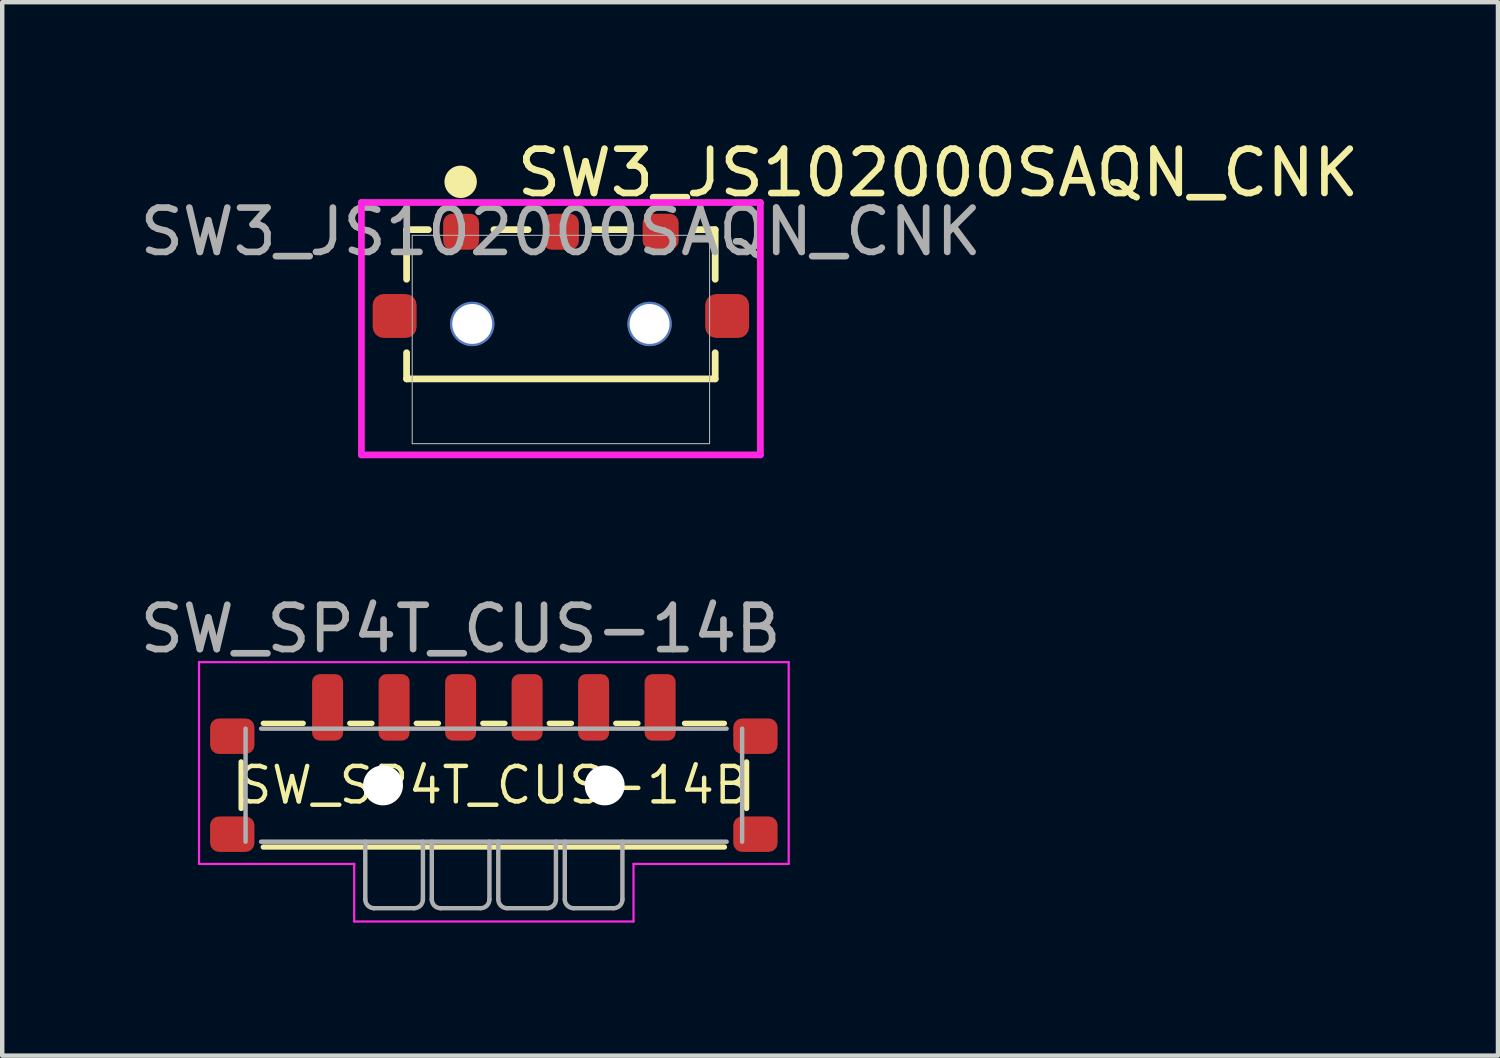
<source format=kicad_pcb>
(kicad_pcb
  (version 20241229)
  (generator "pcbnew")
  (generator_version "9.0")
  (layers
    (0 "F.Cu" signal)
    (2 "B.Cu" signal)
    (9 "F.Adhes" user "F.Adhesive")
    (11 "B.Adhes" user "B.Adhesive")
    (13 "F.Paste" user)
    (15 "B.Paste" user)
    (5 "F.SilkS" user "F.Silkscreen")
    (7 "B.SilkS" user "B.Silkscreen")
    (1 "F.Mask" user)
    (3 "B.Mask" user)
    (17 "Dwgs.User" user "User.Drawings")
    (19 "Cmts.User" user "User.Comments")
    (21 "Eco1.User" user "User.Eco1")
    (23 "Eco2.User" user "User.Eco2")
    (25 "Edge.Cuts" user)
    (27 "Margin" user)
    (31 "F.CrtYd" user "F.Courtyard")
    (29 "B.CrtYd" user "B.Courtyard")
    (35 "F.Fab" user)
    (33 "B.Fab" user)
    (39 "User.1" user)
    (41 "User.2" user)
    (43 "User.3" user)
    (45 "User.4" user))
  (footprint "SW3_JS102000SAQN_CNK"
    (layer "F.Cu")
    (at 9.601 4.607)
    (property "Reference" "SW3_JS102000SAQN_CNK" (at -1.067 -3.759 0) (unlocked yes) (layer "F.SilkS") (effects (font (size 1 1) (thickness 0.15)) (justify left)))
    (attr smd)
    (fp_line (start -3.48 -2.477) (end -3.48 -1.358) (stroke (width 0.152) (type solid)) (layer "F.SilkS"))
    (fp_line (start -3.48 0.299) (end -3.48 0.889) (stroke (width 0.152) (type solid)) (layer "F.SilkS"))
    (fp_line (start -3.48 0.889) (end 3.48 0.889) (stroke (width 0.152) (type solid)) (layer "F.SilkS"))
    (fp_line (start -2.989 -2.477) (end -3.48 -2.477) (stroke (width 0.152) (type solid)) (layer "F.SilkS"))
    (fp_line (start -0.739 -2.477) (end -1.511 -2.477) (stroke (width 0.152) (type solid)) (layer "F.SilkS"))
    (fp_line (start 1.511 -2.477) (end 0.739 -2.477) (stroke (width 0.152) (type solid)) (layer "F.SilkS"))
    (fp_line (start 3.48 -2.477) (end 2.989 -2.477) (stroke (width 0.152) (type solid)) (layer "F.SilkS"))
    (fp_line (start 3.48 -1.358) (end 3.48 -2.477) (stroke (width 0.152) (type solid)) (layer "F.SilkS"))
    (fp_line (start 3.48 0.889) (end 3.48 0.299) (stroke (width 0.152) (type solid)) (layer "F.SilkS"))
    (fp_circle (center -2.261 -3.556) (end -1.956 -3.556) (stroke (width 0.12) (type solid)) (fill yes) (layer "F.SilkS"))
    (fp_line (start -4.499 -3.09) (end -4.499 2.603) (stroke (width 0.152) (type solid)) (layer "F.CrtYd"))
    (fp_line (start -4.499 2.603) (end 4.499 2.603) (stroke (width 0.152) (type solid)) (layer "F.CrtYd"))
    (fp_line (start 4.499 -3.09) (end -4.499 -3.09) (stroke (width 0.152) (type solid)) (layer "F.CrtYd"))
    (fp_line (start 4.499 2.603) (end 4.499 -3.09) (stroke (width 0.152) (type solid)) (layer "F.CrtYd"))
    (fp_line (start -3.353 -2.349) (end -3.353 2.349) (stroke (width 0.025) (type solid)) (layer "F.Fab"))
    (fp_line (start -3.353 2.349) (end 3.353 2.349) (stroke (width 0.025) (type solid)) (layer "F.Fab"))
    (fp_line (start 3.353 -2.349) (end -3.353 -2.349) (stroke (width 0.025) (type solid)) (layer "F.Fab"))
    (fp_line (start 3.353 2.349) (end 3.353 -2.349) (stroke (width 0.025) (type solid)) (layer "F.Fab"))
    (fp_text user "${REFERENCE}" (at 0 -2.43 0) (unlocked yes) (layer "F.Fab") (effects (font (size 1 1) (thickness 0.15))))
    (pad "1" smd roundrect (at -2.25 -2.43) (size 0.813 0.813) (layers "F.Cu" "F.Mask" "F.Paste") (roundrect_rratio 0.25))
    (pad "2" smd roundrect (at 0 -2.43) (size 0.813 0.813) (layers "F.Cu" "F.Mask" "F.Paste") (roundrect_rratio 0.25))
    (pad "3" smd roundrect (at 2.25 -2.43) (size 0.813 0.813) (layers "F.Cu" "F.Mask" "F.Paste") (roundrect_rratio 0.25))
    (pad "S" smd roundrect (at -3.75 -0.53 90) (size 0.991 0.991) (layers "F.Cu" "F.Mask" "F.Paste") (roundrect_rratio 0.25))
    (pad "S" thru_hole circle (at -2 -0.35 90) (size 1 1) (drill 0.9) (layers "*.Cu" "*.Mask"))
    (pad "S" thru_hole circle (at 2 -0.35 90) (size 1 1) (drill 0.9) (layers "*.Cu" "*.Mask"))
    (pad "S" smd roundrect (at 3.75 -0.53 90) (size 0.991 0.991) (layers "F.Cu" "F.Mask" "F.Paste") (roundrect_rratio 0.25)))
  (footprint "SW_SP4T_CUS-14B"
    (layer "F.Cu")
    (at 8.089 14.66)
    (property "Reference" "SW_SP4T_CUS-14B" (at 0 0 0) (unlocked yes) (layer "F.SilkS") (effects (font (size 0.8 0.8) (thickness 0.1))))
    (attr smd)
    (fp_line (start -5.7 -0.525) (end -5.7 0.525) (stroke (width 0.12) (type solid)) (layer "F.SilkS"))
    (fp_line (start -5.2 -1.395) (end -4.3 -1.395) (stroke (width 0.12) (type solid)) (layer "F.SilkS"))
    (fp_line (start -5.2 1.395) (end 5.2 1.395) (stroke (width 0.12) (type solid)) (layer "F.SilkS"))
    (fp_line (start -3.25 -1.395) (end -2.75 -1.395) (stroke (width 0.12) (type solid)) (layer "F.SilkS"))
    (fp_line (start -1.75 -1.395) (end -1.25 -1.395) (stroke (width 0.12) (type solid)) (layer "F.SilkS"))
    (fp_line (start -0.25 -1.395) (end 0.25 -1.395) (stroke (width 0.12) (type solid)) (layer "F.SilkS"))
    (fp_line (start 1.25 -1.395) (end 1.75 -1.395) (stroke (width 0.12) (type solid)) (layer "F.SilkS"))
    (fp_line (start 2.75 -1.395) (end 3.25 -1.395) (stroke (width 0.12) (type solid)) (layer "F.SilkS"))
    (fp_line (start 4.3 -1.395) (end 5.2 -1.395) (stroke (width 0.12) (type solid)) (layer "F.SilkS"))
    (fp_line (start 5.7 0.525) (end 5.7 -0.525) (stroke (width 0.12) (type solid)) (layer "F.SilkS"))
    (fp_line (start -6.65 -2.775) (end 6.65 -2.775) (stroke (width 0.05) (type solid)) (layer "F.CrtYd"))
    (fp_line (start -6.65 1.775) (end -6.65 -2.775) (stroke (width 0.05) (type solid)) (layer "F.CrtYd"))
    (fp_line (start -3.15 1.775) (end -6.65 1.775) (stroke (width 0.05) (type solid)) (layer "F.CrtYd"))
    (fp_line (start -3.15 3.075) (end -3.15 1.775) (stroke (width 0.05) (type solid)) (layer "F.CrtYd"))
    (fp_line (start 3.15 1.775) (end 3.15 3.075) (stroke (width 0.05) (type solid)) (layer "F.CrtYd"))
    (fp_line (start 3.15 3.075) (end -3.15 3.075) (stroke (width 0.05) (type solid)) (layer "F.CrtYd"))
    (fp_line (start 6.65 -2.775) (end 6.65 1.775) (stroke (width 0.05) (type solid)) (layer "F.CrtYd"))
    (fp_line (start 6.65 1.775) (end 3.15 1.775) (stroke (width 0.05) (type solid)) (layer "F.CrtYd"))
    (fp_line (start -5.6 1.275) (end -5.6 -1.275) (stroke (width 0.1) (type solid)) (layer "F.Fab"))
    (fp_line (start -5.25 -1.275) (end 5.25 -1.275) (stroke (width 0.1) (type solid)) (layer "F.Fab"))
    (fp_line (start -2.9 2.575) (end -2.9 1.275) (stroke (width 0.1) (type solid)) (layer "F.Fab"))
    (fp_line (start -1.8 2.775) (end -2.7 2.775) (stroke (width 0.1) (type solid)) (layer "F.Fab"))
    (fp_line (start -1.6 2.575) (end -1.6 1.275) (stroke (width 0.1) (type solid)) (layer "F.Fab"))
    (fp_line (start -1.4 2.575) (end -1.4 1.275) (stroke (width 0.1) (type solid)) (layer "F.Fab"))
    (fp_line (start -0.3 2.775) (end -1.2 2.775) (stroke (width 0.1) (type solid)) (layer "F.Fab"))
    (fp_line (start -0.1 2.575) (end -0.1 1.275) (stroke (width 0.1) (type solid)) (layer "F.Fab"))
    (fp_line (start 0.1 2.575) (end 0.1 1.275) (stroke (width 0.1) (type solid)) (layer "F.Fab"))
    (fp_line (start 1.2 2.775) (end 0.3 2.775) (stroke (width 0.1) (type solid)) (layer "F.Fab"))
    (fp_line (start 1.4 2.575) (end 1.4 1.275) (stroke (width 0.1) (type solid)) (layer "F.Fab"))
    (fp_line (start 1.6 2.575) (end 1.6 1.275) (stroke (width 0.1) (type solid)) (layer "F.Fab"))
    (fp_line (start 2.7 2.775) (end 1.8 2.775) (stroke (width 0.1) (type solid)) (layer "F.Fab"))
    (fp_line (start 2.9 2.575) (end 2.9 1.275) (stroke (width 0.1) (type solid)) (layer "F.Fab"))
    (fp_line (start 5.25 1.275) (end -5.25 1.275) (stroke (width 0.1) (type solid)) (layer "F.Fab"))
    (fp_line (start 5.6 -1.275) (end 5.6 1.275) (stroke (width 0.1) (type solid)) (layer "F.Fab"))
    (fp_arc (start -2.7 2.775) (mid -2.841421 2.716421) (end -2.9 2.575) (stroke (width 0.1) (type solid)) (layer "F.Fab"))
    (fp_arc (start -1.6 2.575) (mid -1.658579 2.716421) (end -1.8 2.775) (stroke (width 0.1) (type solid)) (layer "F.Fab"))
    (fp_arc (start -1.2 2.775) (mid -1.341421 2.716421) (end -1.4 2.575) (stroke (width 0.1) (type solid)) (layer "F.Fab"))
    (fp_arc (start -0.1 2.575) (mid -0.158579 2.716421) (end -0.3 2.775) (stroke (width 0.1) (type solid)) (layer "F.Fab"))
    (fp_arc (start 0.3 2.775) (mid 0.158579 2.716421) (end 0.1 2.575) (stroke (width 0.1) (type solid)) (layer "F.Fab"))
    (fp_arc (start 1.4 2.575) (mid 1.341421 2.716421) (end 1.2 2.775) (stroke (width 0.1) (type solid)) (layer "F.Fab"))
    (fp_arc (start 1.8 2.775) (mid 1.658579 2.716421) (end 1.6 2.575) (stroke (width 0.1) (type solid)) (layer "F.Fab"))
    (fp_arc (start 2.9 2.575) (mid 2.841421 2.716421) (end 2.7 2.775) (stroke (width 0.1) (type solid)) (layer "F.Fab"))
    (fp_text user "${REFERENCE}" (at -0.75 -3.525 0) (layer "F.Fab") (effects (font (size 1 1) (thickness 0.15))))
    (pad "" np_thru_hole circle (at -2.5 0.005) (size 0.9 0.9) (drill 0.9) (layers "*.Cu" "*.Mask"))
    (pad "" np_thru_hole circle (at 2.5 0.005) (size 0.9 0.9) (drill 0.9) (layers "*.Cu" "*.Mask"))
    (pad "1" smd roundrect (at -3.75 -1.755) (size 0.7 1.5) (layers "F.Cu" "F.Mask" "F.Paste") (roundrect_rratio 0.25))
    (pad "2" smd roundrect (at -2.25 -1.755) (size 0.7 1.5) (layers "F.Cu" "F.Mask" "F.Paste") (roundrect_rratio 0.25))
    (pad "3" smd roundrect (at -0.75 -1.755) (size 0.7 1.5) (layers "F.Cu" "F.Mask" "F.Paste") (roundrect_rratio 0.25))
    (pad "4" smd roundrect (at 0.75 -1.755) (size 0.7 1.5) (layers "F.Cu" "F.Mask" "F.Paste") (roundrect_rratio 0.25))
    (pad "5" smd roundrect (at 2.25 -1.755) (size 0.7 1.5) (layers "F.Cu" "F.Mask" "F.Paste") (roundrect_rratio 0.25))
    (pad "6" smd roundrect (at 3.75 -1.755) (size 0.7 1.5) (layers "F.Cu" "F.Mask" "F.Paste") (roundrect_rratio 0.25))
    (pad "S" smd roundrect (at -5.9 -1.105) (size 1 0.8) (layers "F.Cu" "F.Mask" "F.Paste") (roundrect_rratio 0.25))
    (pad "S" smd roundrect (at -5.9 1.105) (size 1 0.8) (layers "F.Cu" "F.Mask" "F.Paste") (roundrect_rratio 0.25))
    (pad "S" smd roundrect (at 5.9 -1.105) (size 1 0.8) (layers "F.Cu" "F.Mask" "F.Paste") (roundrect_rratio 0.25))
    (pad "S" smd roundrect (at 5.9 1.105) (size 1 0.8) (layers "F.Cu" "F.Mask" "F.Paste") (roundrect_rratio 0.25)))
  (gr_rect
    (start -3 -3)
    (end 30.737 20.76)
    (stroke (width 0.1) (type default))
    (fill no)
    (layer "Edge.Cuts")))
</source>
